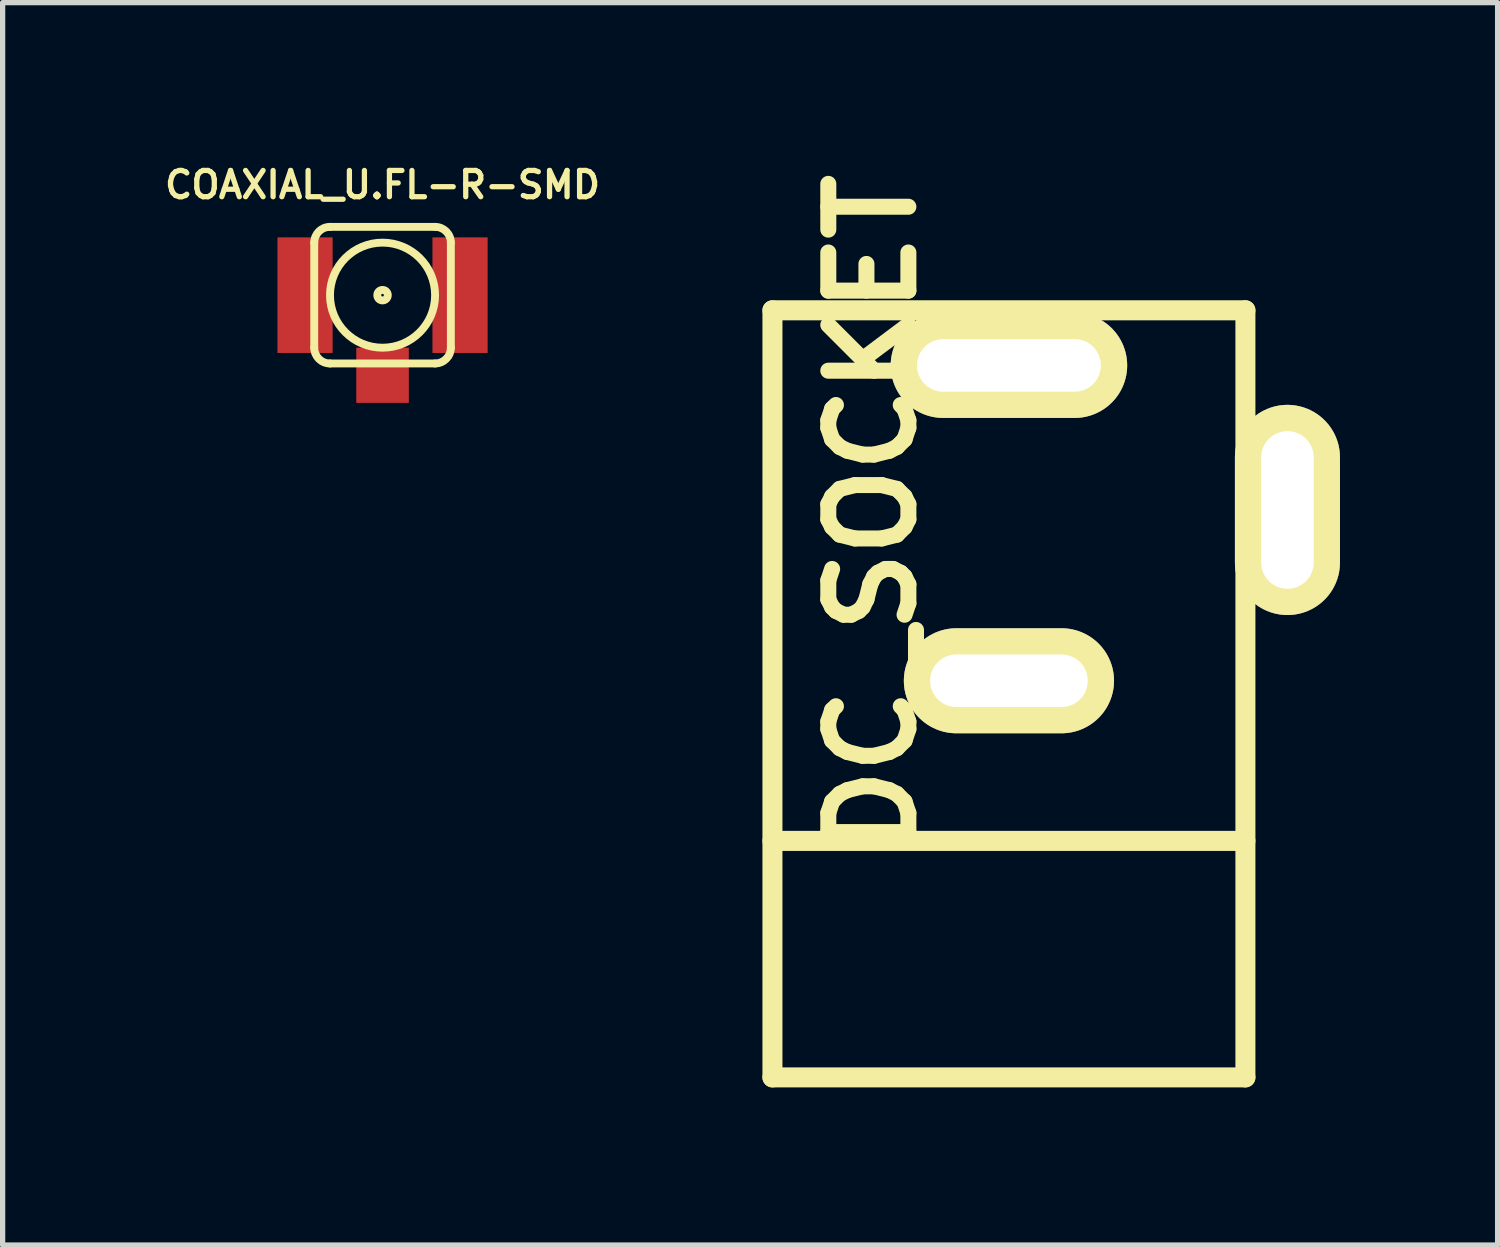
<source format=kicad_pcb>
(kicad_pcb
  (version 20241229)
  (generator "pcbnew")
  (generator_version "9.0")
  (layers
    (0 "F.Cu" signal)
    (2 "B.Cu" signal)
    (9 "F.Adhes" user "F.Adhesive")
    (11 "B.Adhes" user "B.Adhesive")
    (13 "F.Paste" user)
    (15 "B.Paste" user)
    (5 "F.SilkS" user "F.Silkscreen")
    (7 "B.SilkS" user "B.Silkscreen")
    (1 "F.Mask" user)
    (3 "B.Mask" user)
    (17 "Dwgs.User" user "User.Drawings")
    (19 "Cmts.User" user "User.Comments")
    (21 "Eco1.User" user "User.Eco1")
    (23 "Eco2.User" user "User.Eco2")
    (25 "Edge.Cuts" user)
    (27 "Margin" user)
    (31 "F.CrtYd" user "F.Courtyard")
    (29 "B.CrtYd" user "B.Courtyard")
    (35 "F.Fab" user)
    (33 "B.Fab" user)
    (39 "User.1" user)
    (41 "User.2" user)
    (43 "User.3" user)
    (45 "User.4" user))
  (footprint "COAXIAL_U.FL-R-SMD"
    (layer "F.Cu")
    (at 4.231 2.568)
    (property "Reference" "COAXIAL_U.FL-R-SMD" (at 0 -2.1 0) (layer "F.SilkS") (effects (font (size 0.5 0.5) (thickness 0.1))))
    (attr through_hole)
    (fp_line (start -1.3 1) (end -1.3 -1) (stroke (width 0.15) (type solid)) (layer "F.SilkS"))
    (fp_line (start -1 -1.3) (end 1 -1.3) (stroke (width 0.15) (type solid)) (layer "F.SilkS"))
    (fp_line (start 1 1.3) (end -1 1.3) (stroke (width 0.15) (type solid)) (layer "F.SilkS"))
    (fp_line (start 1.3 -1) (end 1.3 1) (stroke (width 0.15) (type solid)) (layer "F.SilkS"))
    (fp_arc (start -1.3 -1) (mid -1.212132 -1.212132) (end -1 -1.3) (stroke (width 0.15) (type solid)) (layer "F.SilkS"))
    (fp_arc (start -1 1.3) (mid -1.212132 1.212132) (end -1.3 1) (stroke (width 0.15) (type solid)) (layer "F.SilkS"))
    (fp_arc (start 1 -1.3) (mid 1.212132 -1.212132) (end 1.3 -1) (stroke (width 0.15) (type solid)) (layer "F.SilkS"))
    (fp_arc (start 1.3 1) (mid 1.212132 1.212132) (end 1 1.3) (stroke (width 0.15) (type solid)) (layer "F.SilkS"))
    (fp_circle (center 0 0) (end -1 0) (stroke (width 0.15) (type solid)) (fill no) (layer "F.SilkS"))
    (fp_circle (center 0 0) (end -0.1 0) (stroke (width 0.15) (type solid)) (fill no) (layer "F.SilkS"))
    (pad "1" smd rect (at 0 1.525) (size 1 1.05) (layers "F.Cu" "F.Mask" "F.Paste"))
    (pad "2" smd rect (at -1.475 0) (size 1.05 2.2) (layers "F.Cu" "F.Mask" "F.Paste"))
    (pad "2" smd rect (at 1.475 0) (size 1.05 2.2) (layers "F.Cu" "F.Mask" "F.Paste")))
  (footprint "DC_SOCKET"
    (layer "F.Cu")
    (at 16.153 10.156)
    (property "Reference" "DC_SOCKET" (at -2.603 -3.429 90) (layer "F.SilkS") (effects (font (size 1.524 1.524) (thickness 0.305))))
    (attr through_hole)
    (fp_line (start -4.501 -7.3) (end -4.501 7.3) (stroke (width 0.381) (type solid)) (layer "F.SilkS"))
    (fp_line (start -4.501 2.799) (end 4.501 2.799) (stroke (width 0.381) (type solid)) (layer "F.SilkS"))
    (fp_line (start -4.501 7.3) (end 4.501 7.3) (stroke (width 0.381) (type solid)) (layer "F.SilkS"))
    (fp_line (start 4.501 -7.3) (end -4.501 -7.3) (stroke (width 0.381) (type solid)) (layer "F.SilkS"))
    (fp_line (start 4.501 7.3) (end 4.501 -7.3) (stroke (width 0.381) (type solid)) (layer "F.SilkS"))
    (pad "1" thru_hole oval (at 5.301 -3.5) (size 1.999 4) (drill oval 1.001 3) (layers "*.Cu" "*.Mask" "F.SilkS"))
    (pad "2" thru_hole oval (at 0 -0.249) (size 4 1.999) (drill oval 3 1.001) (layers "*.Cu" "*.Mask" "F.SilkS"))
    (pad "3" thru_hole oval (at 0 -6.251) (size 4.501 1.999) (drill oval 3.5 1.001) (layers "*.Cu" "*.Mask" "F.SilkS")))
  (gr_rect
    (start -3 -3)
    (end 25.454 20.647)
    (stroke (width 0.1) (type default))
    (fill no)
    (layer "Edge.Cuts")))
</source>
